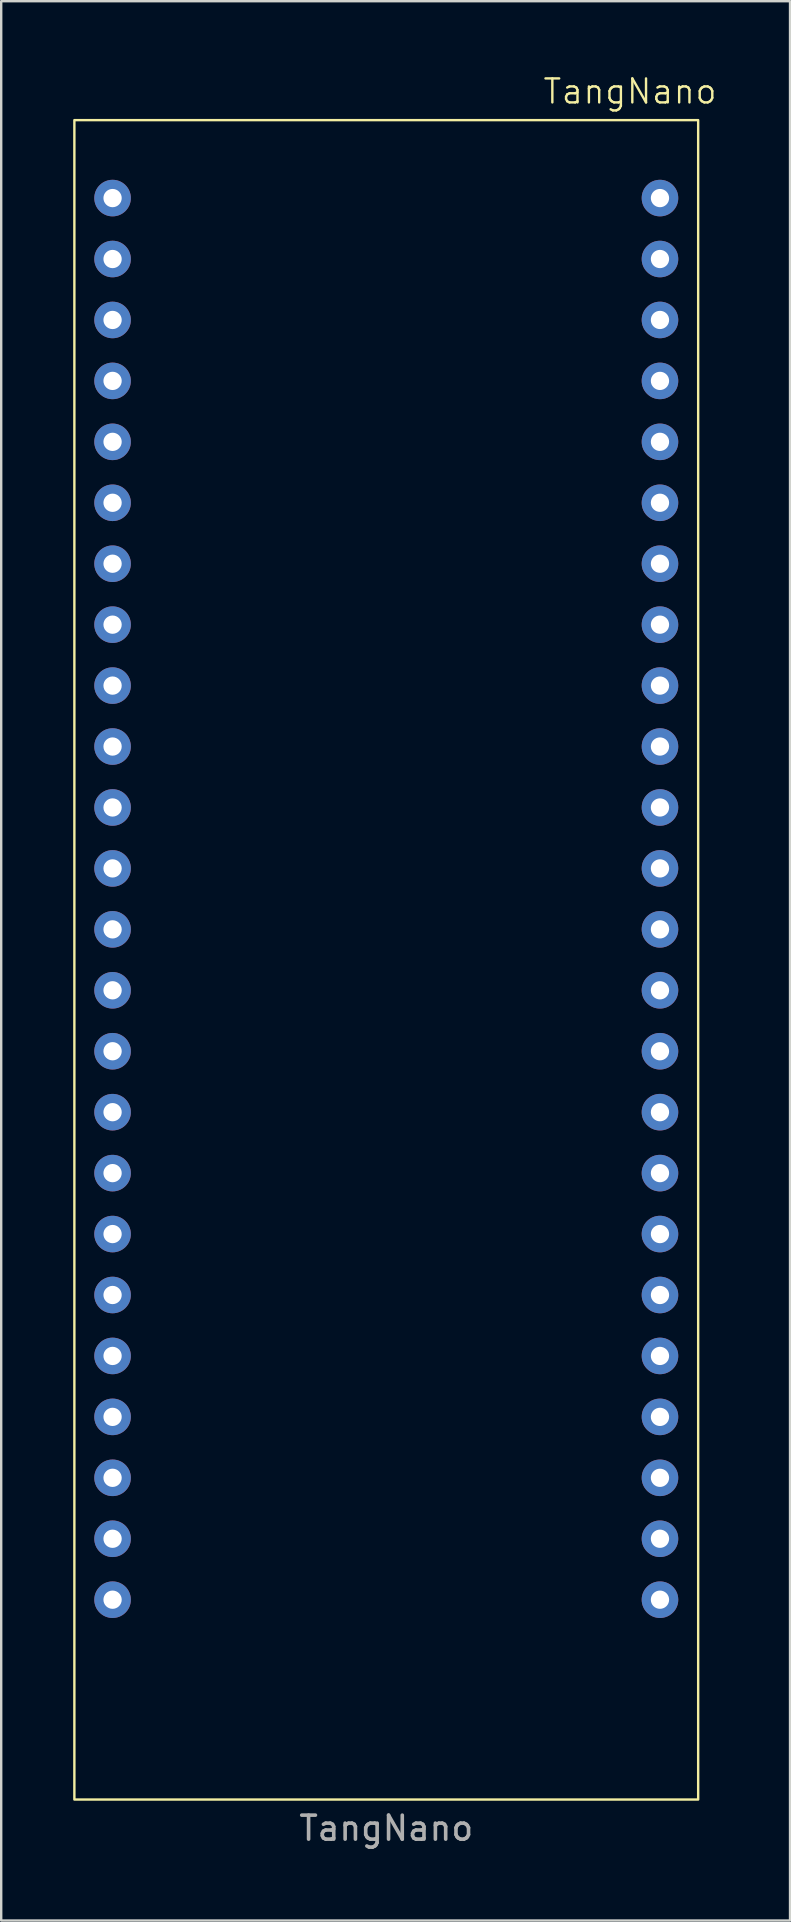
<source format=kicad_pcb>
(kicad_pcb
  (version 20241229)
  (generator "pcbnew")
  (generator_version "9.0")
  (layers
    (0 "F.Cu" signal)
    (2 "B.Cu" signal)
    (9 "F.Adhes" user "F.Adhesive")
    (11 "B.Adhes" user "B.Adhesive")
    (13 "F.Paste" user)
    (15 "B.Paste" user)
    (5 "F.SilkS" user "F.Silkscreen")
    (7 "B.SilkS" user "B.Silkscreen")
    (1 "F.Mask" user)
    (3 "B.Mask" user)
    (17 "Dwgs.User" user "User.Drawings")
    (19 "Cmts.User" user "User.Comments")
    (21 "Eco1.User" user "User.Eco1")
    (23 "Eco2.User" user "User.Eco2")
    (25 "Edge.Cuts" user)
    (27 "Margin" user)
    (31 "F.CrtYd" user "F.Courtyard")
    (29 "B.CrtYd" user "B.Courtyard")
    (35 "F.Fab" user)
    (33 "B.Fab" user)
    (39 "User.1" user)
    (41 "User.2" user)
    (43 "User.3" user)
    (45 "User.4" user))
  (footprint "TangNano"
    (layer "F.Cu")
    (at 13.05 34.416)
    (property "Reference" "TangNano" (at 10.16 -33.655 0) (unlocked yes) (layer "F.SilkS") (effects (font (size 1 1) (thickness 0.1))))
    (attr through_hole)
    (fp_rect (start -13 -32.46) (end 13 37.54) (stroke (width 0.1) (type default)) (fill no) (layer "F.SilkS"))
    (fp_text user "${REFERENCE}" (at 0 38.735 0) (unlocked yes) (layer "F.Fab") (effects (font (size 1 1) (thickness 0.15))))
    (pad "1" thru_hole circle (at 11.408 29.21) (size 1.524 1.524) (drill 0.762) (layers "*.Cu" "*.Mask"))
    (pad "2" thru_hole circle (at 11.408 26.67) (size 1.524 1.524) (drill 0.762) (layers "*.Cu" "*.Mask"))
    (pad "3" thru_hole circle (at 11.408 13.97) (size 1.524 1.524) (drill 0.762) (layers "*.Cu" "*.Mask"))
    (pad "25" thru_hole circle (at -11.408 -19.05) (size 1.524 1.524) (drill 0.762) (layers "*.Cu" "*.Mask"))
    (pad "26" thru_hole circle (at -11.408 -16.51) (size 1.524 1.524) (drill 0.762) (layers "*.Cu" "*.Mask"))
    (pad "27" thru_hole circle (at -11.408 -13.97) (size 1.524 1.524) (drill 0.762) (layers "*.Cu" "*.Mask"))
    (pad "28" thru_hole circle (at -11.408 -11.43) (size 1.524 1.524) (drill 0.762) (layers "*.Cu" "*.Mask"))
    (pad "29" thru_hole circle (at -11.408 -8.89) (size 1.524 1.524) (drill 0.762) (layers "*.Cu" "*.Mask"))
    (pad "30" thru_hole circle (at -11.408 -6.35) (size 1.524 1.524) (drill 0.762) (layers "*.Cu" "*.Mask"))
    (pad "31" thru_hole circle (at 11.408 21.59) (size 1.524 1.524) (drill 0.762) (layers "*.Cu" "*.Mask"))
    (pad "32" thru_hole circle (at 11.408 24.13) (size 1.524 1.524) (drill 0.762) (layers "*.Cu" "*.Mask"))
    (pad "33" thru_hole circle (at -11.408 -3.81) (size 1.524 1.524) (drill 0.762) (layers "*.Cu" "*.Mask"))
    (pad "34" thru_hole circle (at -11.408 -1.27) (size 1.524 1.524) (drill 0.762) (layers "*.Cu" "*.Mask"))
    (pad "35" thru_hole circle (at -11.408 3.81) (size 1.524 1.524) (drill 0.762) (layers "*.Cu" "*.Mask"))
    (pad "36" thru_hole circle (at -11.408 -24.13) (size 1.524 1.524) (drill 0.762) (layers "*.Cu" "*.Mask"))
    (pad "37" thru_hole circle (at -11.408 -26.67) (size 1.524 1.524) (drill 0.762) (layers "*.Cu" "*.Mask"))
    (pad "38" thru_hole circle (at -11.408 -29.21) (size 1.524 1.524) (drill 0.762) (layers "*.Cu" "*.Mask"))
    (pad "39" thru_hole circle (at -11.408 -21.59) (size 1.524 1.524) (drill 0.762) (layers "*.Cu" "*.Mask"))
    (pad "40" thru_hole circle (at -11.408 1.27) (size 1.524 1.524) (drill 0.762) (layers "*.Cu" "*.Mask"))
    (pad "41" thru_hole circle (at -11.408 6.35) (size 1.524 1.524) (drill 0.762) (layers "*.Cu" "*.Mask"))
    (pad "42" thru_hole circle (at -11.408 8.89) (size 1.524 1.524) (drill 0.762) (layers "*.Cu" "*.Mask"))
    (pad "48" thru_hole circle (at 11.408 16.51) (size 1.524 1.524) (drill 0.762) (layers "*.Cu" "*.Mask"))
    (pad "49" thru_hole circle (at 11.408 19.05) (size 1.524 1.524) (drill 0.762) (layers "*.Cu" "*.Mask"))
    (pad "51" thru_hole circle (at -11.408 11.43) (size 1.524 1.524) (drill 0.762) (layers "*.Cu" "*.Mask"))
    (pad "53" thru_hole circle (at -11.408 13.97) (size 1.524 1.524) (drill 0.762) (layers "*.Cu" "*.Mask"))
    (pad "54" thru_hole circle (at -11.408 16.51) (size 1.524 1.524) (drill 0.762) (layers "*.Cu" "*.Mask"))
    (pad "55" thru_hole circle (at -11.408 19.05) (size 1.524 1.524) (drill 0.762) (layers "*.Cu" "*.Mask"))
    (pad "56" thru_hole circle (at -11.408 21.59) (size 1.524 1.524) (drill 0.762) (layers "*.Cu" "*.Mask"))
    (pad "57" thru_hole circle (at -11.408 24.13) (size 1.524 1.524) (drill 0.762) (layers "*.Cu" "*.Mask"))
    (pad "63" thru_hole circle (at 11.408 -29.21) (size 1.524 1.524) (drill 0.762) (layers "*.Cu" "*.Mask"))
    (pad "68" thru_hole circle (at -11.408 26.67) (size 1.524 1.524) (drill 0.762) (layers "*.Cu" "*.Mask"))
    (pad "69" thru_hole circle (at -11.408 29.21) (size 1.524 1.524) (drill 0.762) (layers "*.Cu" "*.Mask"))
    (pad "70" thru_hole circle (at 11.408 11.43) (size 1.524 1.524) (drill 0.762) (layers "*.Cu" "*.Mask"))
    (pad "71" thru_hole circle (at 11.408 8.89) (size 1.524 1.524) (drill 0.762) (layers "*.Cu" "*.Mask"))
    (pad "72" thru_hole circle (at 11.408 6.35) (size 1.524 1.524) (drill 0.762) (layers "*.Cu" "*.Mask"))
    (pad "73" thru_hole circle (at 11.408 3.81) (size 1.524 1.524) (drill 0.762) (layers "*.Cu" "*.Mask"))
    (pad "74" thru_hole circle (at 11.408 1.27) (size 1.524 1.524) (drill 0.762) (layers "*.Cu" "*.Mask"))
    (pad "75" thru_hole circle (at 11.408 -1.27) (size 1.524 1.524) (drill 0.762) (layers "*.Cu" "*.Mask"))
    (pad "76" thru_hole circle (at 11.408 -3.81) (size 1.524 1.524) (drill 0.762) (layers "*.Cu" "*.Mask"))
    (pad "77" thru_hole circle (at 11.408 -6.35) (size 1.524 1.524) (drill 0.762) (layers "*.Cu" "*.Mask"))
    (pad "79" thru_hole circle (at 11.408 -8.89) (size 1.524 1.524) (drill 0.762) (layers "*.Cu" "*.Mask"))
    (pad "80" thru_hole circle (at 11.408 -11.43) (size 1.524 1.524) (drill 0.762) (layers "*.Cu" "*.Mask"))
    (pad "81" thru_hole circle (at 11.408 -13.97) (size 1.524 1.524) (drill 0.762) (layers "*.Cu" "*.Mask"))
    (pad "82" thru_hole circle (at 11.408 -16.51) (size 1.524 1.524) (drill 0.762) (layers "*.Cu" "*.Mask"))
    (pad "83" thru_hole circle (at 11.408 -19.05) (size 1.524 1.524) (drill 0.762) (layers "*.Cu" "*.Mask"))
    (pad "84" thru_hole circle (at 11.408 -21.59) (size 1.524 1.524) (drill 0.762) (layers "*.Cu" "*.Mask"))
    (pad "85" thru_hole circle (at 11.408 -24.13) (size 1.524 1.524) (drill 0.762) (layers "*.Cu" "*.Mask"))
    (pad "86" thru_hole circle (at 11.408 -26.67) (size 1.524 1.524) (drill 0.762) (layers "*.Cu" "*.Mask")))
  (gr_rect
    (start -3 -3)
    (end 29.879 76.999)
    (stroke (width 0.1) (type default))
    (fill no)
    (layer "Edge.Cuts")))
</source>
